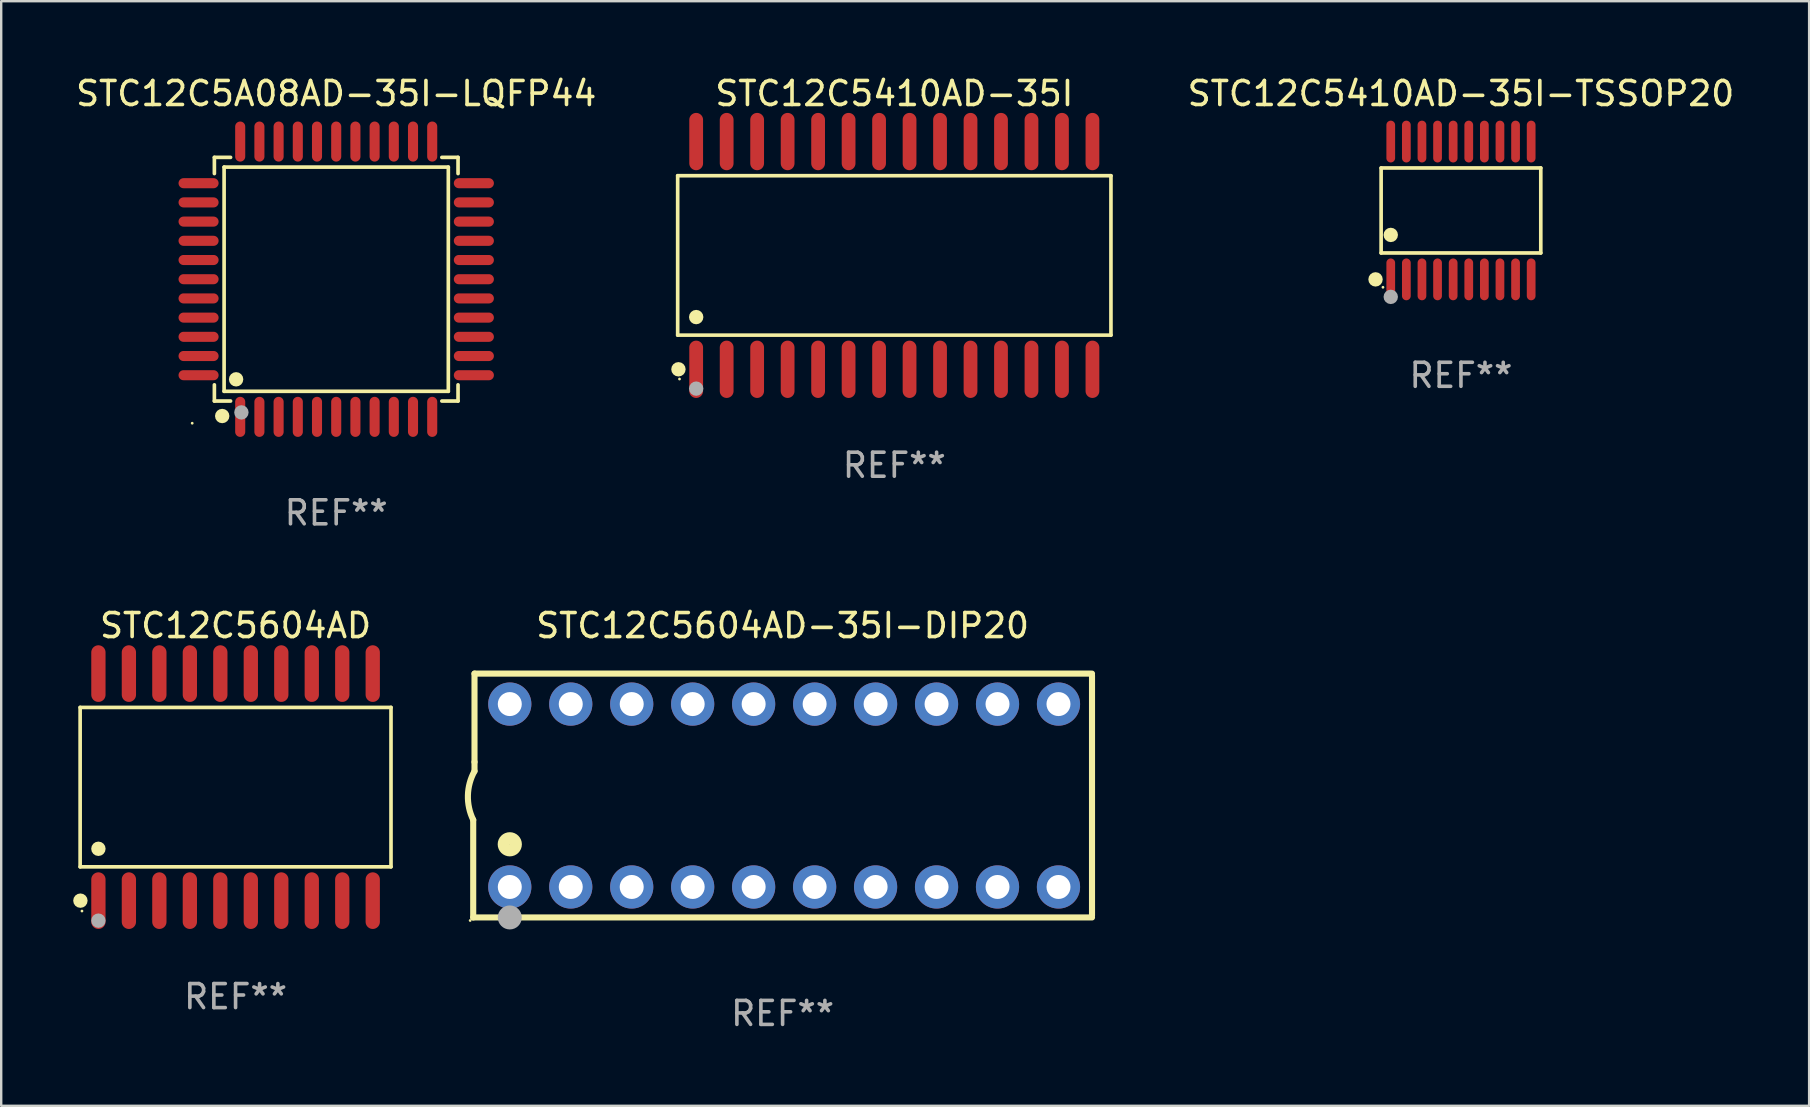
<source format=kicad_pcb>
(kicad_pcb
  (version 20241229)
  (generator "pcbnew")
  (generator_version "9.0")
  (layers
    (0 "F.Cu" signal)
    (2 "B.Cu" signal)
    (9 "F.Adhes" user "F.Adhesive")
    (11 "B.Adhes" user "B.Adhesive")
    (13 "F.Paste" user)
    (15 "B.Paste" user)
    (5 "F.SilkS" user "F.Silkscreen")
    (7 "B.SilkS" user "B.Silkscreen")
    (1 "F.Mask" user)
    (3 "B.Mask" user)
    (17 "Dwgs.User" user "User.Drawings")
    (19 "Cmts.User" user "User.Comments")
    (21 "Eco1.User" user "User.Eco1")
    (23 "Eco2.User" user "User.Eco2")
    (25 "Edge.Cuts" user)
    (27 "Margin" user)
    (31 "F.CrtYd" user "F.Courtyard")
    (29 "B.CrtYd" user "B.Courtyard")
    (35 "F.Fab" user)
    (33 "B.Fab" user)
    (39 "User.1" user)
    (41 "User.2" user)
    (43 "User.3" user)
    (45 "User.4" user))
  (footprint "STC12C5410AD-35I"
    (layer "F.Cu")
    (at 34.211 7.592)
    (property "Reference" "STC12C5410AD-35I" (at 0 -6.744 0) (layer "F.SilkS") (effects (font (size 1 1) (thickness 0.15))))
    (attr through_hole)
    (fp_line (start -9.026 -3.321) (end 9.026 -3.321) (stroke (width 0.152) (type solid)) (layer "F.SilkS"))
    (fp_line (start -9.026 3.321) (end -9.026 -3.321) (stroke (width 0.152) (type solid)) (layer "F.SilkS"))
    (fp_line (start 9.026 -3.321) (end 9.026 3.321) (stroke (width 0.152) (type solid)) (layer "F.SilkS"))
    (fp_line (start 9.026 3.321) (end -9.026 3.321) (stroke (width 0.152) (type solid)) (layer "F.SilkS"))
    (fp_circle (center -8.994 4.744) (end -8.844 4.744) (stroke (width 0.3) (type solid)) (fill no) (layer "F.SilkS"))
    (fp_circle (center -8.95 5.15) (end -8.92 5.15) (stroke (width 0.06) (type solid)) (fill no) (layer "F.SilkS"))
    (fp_circle (center -8.255 2.569) (end -8.105 2.569) (stroke (width 0.3) (type solid)) (fill no) (layer "F.SilkS"))
    (fp_circle (center -8.255 5.55) (end -8.105 5.55) (stroke (width 0.3) (type solid)) (fill no) (layer "F.Fab"))
    (fp_text user "REF**" (at 0 8.744 0) (layer "F.Fab") (effects (font (size 1 1) (thickness 0.15))))
    (pad "1" smd oval (at -8.255 4.744) (size 0.574 2.388) (layers "F.Cu" "F.Mask" "F.Paste"))
    (pad "2" smd oval (at -6.985 4.744) (size 0.574 2.388) (layers "F.Cu" "F.Mask" "F.Paste"))
    (pad "3" smd oval (at -5.715 4.744) (size 0.574 2.388) (layers "F.Cu" "F.Mask" "F.Paste"))
    (pad "4" smd oval (at -4.445 4.744) (size 0.574 2.388) (layers "F.Cu" "F.Mask" "F.Paste"))
    (pad "5" smd oval (at -3.175 4.744) (size 0.574 2.388) (layers "F.Cu" "F.Mask" "F.Paste"))
    (pad "6" smd oval (at -1.905 4.744) (size 0.574 2.388) (layers "F.Cu" "F.Mask" "F.Paste"))
    (pad "7" smd oval (at -0.635 4.744) (size 0.574 2.388) (layers "F.Cu" "F.Mask" "F.Paste"))
    (pad "8" smd oval (at 0.635 4.744) (size 0.574 2.388) (layers "F.Cu" "F.Mask" "F.Paste"))
    (pad "9" smd oval (at 1.905 4.744) (size 0.574 2.388) (layers "F.Cu" "F.Mask" "F.Paste"))
    (pad "10" smd oval (at 3.175 4.744) (size 0.574 2.388) (layers "F.Cu" "F.Mask" "F.Paste"))
    (pad "11" smd oval (at 4.445 4.744) (size 0.574 2.388) (layers "F.Cu" "F.Mask" "F.Paste"))
    (pad "12" smd oval (at 5.715 4.744) (size 0.574 2.388) (layers "F.Cu" "F.Mask" "F.Paste"))
    (pad "13" smd oval (at 6.985 4.744) (size 0.574 2.388) (layers "F.Cu" "F.Mask" "F.Paste"))
    (pad "14" smd oval (at 8.255 4.744) (size 0.574 2.388) (layers "F.Cu" "F.Mask" "F.Paste"))
    (pad "15" smd oval (at 8.255 -4.744) (size 0.574 2.388) (layers "F.Cu" "F.Mask" "F.Paste"))
    (pad "16" smd oval (at 6.985 -4.744) (size 0.574 2.388) (layers "F.Cu" "F.Mask" "F.Paste"))
    (pad "17" smd oval (at 5.715 -4.744) (size 0.574 2.388) (layers "F.Cu" "F.Mask" "F.Paste"))
    (pad "18" smd oval (at 4.445 -4.744) (size 0.574 2.388) (layers "F.Cu" "F.Mask" "F.Paste"))
    (pad "19" smd oval (at 3.175 -4.744) (size 0.574 2.388) (layers "F.Cu" "F.Mask" "F.Paste"))
    (pad "20" smd oval (at 1.905 -4.744) (size 0.574 2.388) (layers "F.Cu" "F.Mask" "F.Paste"))
    (pad "21" smd oval (at 0.635 -4.744) (size 0.574 2.388) (layers "F.Cu" "F.Mask" "F.Paste"))
    (pad "22" smd oval (at -0.635 -4.744) (size 0.574 2.388) (layers "F.Cu" "F.Mask" "F.Paste"))
    (pad "23" smd oval (at -1.905 -4.744) (size 0.574 2.388) (layers "F.Cu" "F.Mask" "F.Paste"))
    (pad "24" smd oval (at -3.175 -4.744) (size 0.574 2.388) (layers "F.Cu" "F.Mask" "F.Paste"))
    (pad "25" smd oval (at -4.445 -4.744) (size 0.574 2.388) (layers "F.Cu" "F.Mask" "F.Paste"))
    (pad "26" smd oval (at -5.715 -4.744) (size 0.574 2.388) (layers "F.Cu" "F.Mask" "F.Paste"))
    (pad "27" smd oval (at -6.985 -4.744) (size 0.574 2.388) (layers "F.Cu" "F.Mask" "F.Paste"))
    (pad "28" smd oval (at -8.255 -4.744) (size 0.574 2.388) (layers "F.Cu" "F.Mask" "F.Paste")))
  (footprint "STC12C5604AD-35I-DIP20"
    (layer "F.Cu")
    (at 29.557 30.095)
    (property "Reference" "STC12C5604AD-35I-DIP20" (at 0 -7.08 0) (layer "F.SilkS") (effects (font (size 1 1) (thickness 0.15))))
    (attr through_hole)
    (fp_line (start -12.891 5.08) (end -12.891 1.016) (stroke (width 0.254) (type solid)) (layer "F.SilkS"))
    (fp_line (start -12.891 5.08) (end 12.891 5.08) (stroke (width 0.254) (type solid)) (layer "F.SilkS"))
    (fp_line (start -12.837 -5.08) (end -12.837 -1.397) (stroke (width 0.254) (type solid)) (layer "F.SilkS"))
    (fp_line (start -12.837 -5.08) (end 12.891 -5.08) (stroke (width 0.254) (type solid)) (layer "F.SilkS"))
    (fp_line (start -12.837 -1.397) (end -12.837 -1.016) (stroke (width 0.254) (type solid)) (layer "F.SilkS"))
    (fp_line (start 12.891 -5) (end 12.891 5) (stroke (width 0.254) (type solid)) (layer "F.SilkS"))
    (fp_arc (start -12.890526 1.016002) (mid -13.111945 -0.006602) (end -12.836525 -1.016002) (stroke (width 0.254001) (type solid)) (layer "F.SilkS"))
    (fp_circle (center -13.018 5.207) (end -12.988 5.207) (stroke (width 0.06) (type solid)) (fill no) (layer "F.SilkS"))
    (fp_circle (center -11.367 2.032) (end -11.113 2.032) (stroke (width 0.5) (type solid)) (fill no) (layer "F.SilkS"))
    (fp_circle (center -11.367 5.08) (end -11.117 5.08) (stroke (width 0.5) (type solid)) (fill no) (layer "F.Fab"))
    (fp_text user "REF**" (at 0 9.08 0) (layer "F.Fab") (effects (font (size 1 1) (thickness 0.15))))
    (pad "1" thru_hole circle (at -11.367 3.81) (size 1.8 1.8) (drill 1) (layers "*.Cu" "*.Mask"))
    (pad "2" thru_hole circle (at -8.827 3.81) (size 1.8 1.8) (drill 1) (layers "*.Cu" "*.Mask"))
    (pad "3" thru_hole circle (at -6.287 3.81) (size 1.8 1.8) (drill 1) (layers "*.Cu" "*.Mask"))
    (pad "4" thru_hole circle (at -3.747 3.81) (size 1.8 1.8) (drill 1) (layers "*.Cu" "*.Mask"))
    (pad "5" thru_hole circle (at -1.207 3.81) (size 1.8 1.8) (drill 1) (layers "*.Cu" "*.Mask"))
    (pad "6" thru_hole circle (at 1.334 3.81) (size 1.8 1.8) (drill 1) (layers "*.Cu" "*.Mask"))
    (pad "7" thru_hole circle (at 3.874 3.81) (size 1.8 1.8) (drill 1) (layers "*.Cu" "*.Mask"))
    (pad "8" thru_hole circle (at 6.414 3.81) (size 1.8 1.8) (drill 1) (layers "*.Cu" "*.Mask"))
    (pad "9" thru_hole circle (at 8.954 3.81) (size 1.8 1.8) (drill 1) (layers "*.Cu" "*.Mask"))
    (pad "10" thru_hole circle (at 11.494 3.81) (size 1.8 1.8) (drill 1) (layers "*.Cu" "*.Mask"))
    (pad "11" thru_hole circle (at 11.494 -3.81) (size 1.8 1.8) (drill 1) (layers "*.Cu" "*.Mask"))
    (pad "12" thru_hole circle (at 8.954 -3.81) (size 1.8 1.8) (drill 1) (layers "*.Cu" "*.Mask"))
    (pad "13" thru_hole circle (at 6.414 -3.81) (size 1.8 1.8) (drill 1) (layers "*.Cu" "*.Mask"))
    (pad "14" thru_hole circle (at 3.874 -3.81) (size 1.8 1.8) (drill 1) (layers "*.Cu" "*.Mask"))
    (pad "15" thru_hole circle (at 1.334 -3.81) (size 1.8 1.8) (drill 1) (layers "*.Cu" "*.Mask"))
    (pad "16" thru_hole circle (at -1.207 -3.81) (size 1.8 1.8) (drill 1) (layers "*.Cu" "*.Mask"))
    (pad "17" thru_hole circle (at -3.747 -3.81) (size 1.8 1.8) (drill 1) (layers "*.Cu" "*.Mask"))
    (pad "18" thru_hole circle (at -6.287 -3.81) (size 1.8 1.8) (drill 1) (layers "*.Cu" "*.Mask"))
    (pad "19" thru_hole circle (at -8.827 -3.81) (size 1.8 1.8) (drill 1) (layers "*.Cu" "*.Mask"))
    (pad "20" thru_hole circle (at -11.367 -3.81) (size 1.8 1.8) (drill 1) (layers "*.Cu" "*.Mask")))
  (footprint "STC12C5410AD-35I-TSSOP20"
    (layer "F.Cu")
    (at 57.82 5.719)
    (property "Reference" "STC12C5410AD-35I-TSSOP20" (at 0 -4.871 0) (layer "F.SilkS") (effects (font (size 1 1) (thickness 0.15))))
    (attr through_hole)
    (fp_line (start -3.326 -1.771) (end 3.326 -1.771) (stroke (width 0.152) (type solid)) (layer "F.SilkS"))
    (fp_line (start -3.326 1.771) (end -3.326 -1.771) (stroke (width 0.152) (type solid)) (layer "F.SilkS"))
    (fp_line (start 3.326 -1.771) (end 3.326 1.771) (stroke (width 0.152) (type solid)) (layer "F.SilkS"))
    (fp_line (start 3.326 1.771) (end -3.326 1.771) (stroke (width 0.152) (type solid)) (layer "F.SilkS"))
    (fp_circle (center -3.559 2.871) (end -3.409 2.871) (stroke (width 0.3) (type solid)) (fill no) (layer "F.SilkS"))
    (fp_circle (center -3.25 3.2) (end -3.22 3.2) (stroke (width 0.06) (type solid)) (fill no) (layer "F.SilkS"))
    (fp_circle (center -2.925 1.019) (end -2.775 1.019) (stroke (width 0.3) (type solid)) (fill no) (layer "F.SilkS"))
    (fp_circle (center -2.925 3.6) (end -2.775 3.6) (stroke (width 0.3) (type solid)) (fill no) (layer "F.Fab"))
    (fp_text user "REF**" (at 0 6.871 0) (layer "F.Fab") (effects (font (size 1 1) (thickness 0.15))))
    (pad "1" smd oval (at -2.925 2.871) (size 0.364 1.742) (layers "F.Cu" "F.Mask" "F.Paste"))
    (pad "2" smd oval (at -2.275 2.871) (size 0.364 1.742) (layers "F.Cu" "F.Mask" "F.Paste"))
    (pad "3" smd oval (at -1.625 2.871) (size 0.364 1.742) (layers "F.Cu" "F.Mask" "F.Paste"))
    (pad "4" smd oval (at -0.975 2.871) (size 0.364 1.742) (layers "F.Cu" "F.Mask" "F.Paste"))
    (pad "5" smd oval (at -0.325 2.871) (size 0.364 1.742) (layers "F.Cu" "F.Mask" "F.Paste"))
    (pad "6" smd oval (at 0.325 2.871) (size 0.364 1.742) (layers "F.Cu" "F.Mask" "F.Paste"))
    (pad "7" smd oval (at 0.975 2.871) (size 0.364 1.742) (layers "F.Cu" "F.Mask" "F.Paste"))
    (pad "8" smd oval (at 1.625 2.871) (size 0.364 1.742) (layers "F.Cu" "F.Mask" "F.Paste"))
    (pad "9" smd oval (at 2.275 2.871) (size 0.364 1.742) (layers "F.Cu" "F.Mask" "F.Paste"))
    (pad "10" smd oval (at 2.925 2.871) (size 0.364 1.742) (layers "F.Cu" "F.Mask" "F.Paste"))
    (pad "11" smd oval (at 2.925 -2.871) (size 0.364 1.742) (layers "F.Cu" "F.Mask" "F.Paste"))
    (pad "12" smd oval (at 2.275 -2.871) (size 0.364 1.742) (layers "F.Cu" "F.Mask" "F.Paste"))
    (pad "13" smd oval (at 1.625 -2.871) (size 0.364 1.742) (layers "F.Cu" "F.Mask" "F.Paste"))
    (pad "14" smd oval (at 0.975 -2.871) (size 0.364 1.742) (layers "F.Cu" "F.Mask" "F.Paste"))
    (pad "15" smd oval (at 0.325 -2.871) (size 0.364 1.742) (layers "F.Cu" "F.Mask" "F.Paste"))
    (pad "16" smd oval (at -0.325 -2.871) (size 0.364 1.742) (layers "F.Cu" "F.Mask" "F.Paste"))
    (pad "17" smd oval (at -0.975 -2.871) (size 0.364 1.742) (layers "F.Cu" "F.Mask" "F.Paste"))
    (pad "18" smd oval (at -1.625 -2.871) (size 0.364 1.742) (layers "F.Cu" "F.Mask" "F.Paste"))
    (pad "19" smd oval (at -2.275 -2.871) (size 0.364 1.742) (layers "F.Cu" "F.Mask" "F.Paste"))
    (pad "20" smd oval (at -2.925 -2.871) (size 0.364 1.742) (layers "F.Cu" "F.Mask" "F.Paste")))
  (footprint "STC12C5A08AD-35I-LQFP44"
    (layer "F.Cu")
    (at 10.958 8.583)
    (property "Reference" "STC12C5A08AD-35I-LQFP44" (at 0 -7.735 0) (layer "F.SilkS") (effects (font (size 1 1) (thickness 0.15))))
    (attr through_hole)
    (fp_line (start -5.076 -5.076) (end -4.401 -5.076) (stroke (width 0.152) (type solid)) (layer "F.SilkS"))
    (fp_line (start -5.076 -4.401) (end -5.076 -5.076) (stroke (width 0.152) (type solid)) (layer "F.SilkS"))
    (fp_line (start -5.076 4.401) (end -5.076 5.076) (stroke (width 0.152) (type solid)) (layer "F.SilkS"))
    (fp_line (start -5.076 5.076) (end -4.401 5.076) (stroke (width 0.152) (type solid)) (layer "F.SilkS"))
    (fp_line (start -4.671 -4.671) (end 4.671 -4.671) (stroke (width 0.152) (type solid)) (layer "F.SilkS"))
    (fp_line (start -4.671 4.671) (end -4.671 -4.671) (stroke (width 0.152) (type solid)) (layer "F.SilkS"))
    (fp_line (start 4.671 -4.671) (end 4.671 4.671) (stroke (width 0.152) (type solid)) (layer "F.SilkS"))
    (fp_line (start 4.671 4.671) (end -4.671 4.671) (stroke (width 0.152) (type solid)) (layer "F.SilkS"))
    (fp_line (start 5.076 -5.076) (end 4.401 -5.076) (stroke (width 0.152) (type solid)) (layer "F.SilkS"))
    (fp_line (start 5.076 -4.401) (end 5.076 -5.076) (stroke (width 0.152) (type solid)) (layer "F.SilkS"))
    (fp_line (start 5.076 4.401) (end 5.076 5.076) (stroke (width 0.152) (type solid)) (layer "F.SilkS"))
    (fp_line (start 5.076 5.076) (end 4.401 5.076) (stroke (width 0.152) (type solid)) (layer "F.SilkS"))
    (fp_circle (center -6 6) (end -5.97 6) (stroke (width 0.06) (type solid)) (fill no) (layer "F.SilkS"))
    (fp_circle (center -4.75 5.7) (end -4.6 5.7) (stroke (width 0.3) (type solid)) (fill no) (layer "F.SilkS"))
    (fp_circle (center -4.171 4.171) (end -4.021 4.171) (stroke (width 0.3) (type solid)) (fill no) (layer "F.SilkS"))
    (fp_circle (center -3.95 5.55) (end -3.8 5.55) (stroke (width 0.3) (type solid)) (fill no) (layer "F.Fab"))
    (fp_text user "REF**" (at 0 9.735 0) (layer "F.Fab") (effects (font (size 1 1) (thickness 0.15))))
    (pad "1" smd oval (at -4 5.735) (size 0.42 1.67) (layers "F.Cu" "F.Mask" "F.Paste"))
    (pad "2" smd oval (at -3.2 5.735) (size 0.42 1.67) (layers "F.Cu" "F.Mask" "F.Paste"))
    (pad "3" smd oval (at -2.4 5.735) (size 0.42 1.67) (layers "F.Cu" "F.Mask" "F.Paste"))
    (pad "4" smd oval (at -1.6 5.735) (size 0.42 1.67) (layers "F.Cu" "F.Mask" "F.Paste"))
    (pad "5" smd oval (at -0.8 5.735) (size 0.42 1.67) (layers "F.Cu" "F.Mask" "F.Paste"))
    (pad "6" smd oval (at 0 5.735) (size 0.42 1.67) (layers "F.Cu" "F.Mask" "F.Paste"))
    (pad "7" smd oval (at 0.8 5.735) (size 0.42 1.67) (layers "F.Cu" "F.Mask" "F.Paste"))
    (pad "8" smd oval (at 1.6 5.735) (size 0.42 1.67) (layers "F.Cu" "F.Mask" "F.Paste"))
    (pad "9" smd oval (at 2.4 5.735) (size 0.42 1.67) (layers "F.Cu" "F.Mask" "F.Paste"))
    (pad "10" smd oval (at 3.2 5.735) (size 0.42 1.67) (layers "F.Cu" "F.Mask" "F.Paste"))
    (pad "11" smd oval (at 4 5.735) (size 0.42 1.67) (layers "F.Cu" "F.Mask" "F.Paste"))
    (pad "12" smd oval (at 5.735 4) (size 1.67 0.42) (layers "F.Cu" "F.Mask" "F.Paste"))
    (pad "13" smd oval (at 5.735 3.2) (size 1.67 0.42) (layers "F.Cu" "F.Mask" "F.Paste"))
    (pad "14" smd oval (at 5.735 2.4) (size 1.67 0.42) (layers "F.Cu" "F.Mask" "F.Paste"))
    (pad "15" smd oval (at 5.735 1.6) (size 1.67 0.42) (layers "F.Cu" "F.Mask" "F.Paste"))
    (pad "16" smd oval (at 5.735 0.8) (size 1.67 0.42) (layers "F.Cu" "F.Mask" "F.Paste"))
    (pad "17" smd oval (at 5.735 0) (size 1.67 0.42) (layers "F.Cu" "F.Mask" "F.Paste"))
    (pad "18" smd oval (at 5.735 -0.8) (size 1.67 0.42) (layers "F.Cu" "F.Mask" "F.Paste"))
    (pad "19" smd oval (at 5.735 -1.6) (size 1.67 0.42) (layers "F.Cu" "F.Mask" "F.Paste"))
    (pad "20" smd oval (at 5.735 -2.4) (size 1.67 0.42) (layers "F.Cu" "F.Mask" "F.Paste"))
    (pad "21" smd oval (at 5.735 -3.2) (size 1.67 0.42) (layers "F.Cu" "F.Mask" "F.Paste"))
    (pad "22" smd oval (at 5.735 -4) (size 1.67 0.42) (layers "F.Cu" "F.Mask" "F.Paste"))
    (pad "23" smd oval (at 4 -5.735) (size 0.42 1.67) (layers "F.Cu" "F.Mask" "F.Paste"))
    (pad "24" smd oval (at 3.2 -5.735) (size 0.42 1.67) (layers "F.Cu" "F.Mask" "F.Paste"))
    (pad "25" smd oval (at 2.4 -5.735) (size 0.42 1.67) (layers "F.Cu" "F.Mask" "F.Paste"))
    (pad "26" smd oval (at 1.6 -5.735) (size 0.42 1.67) (layers "F.Cu" "F.Mask" "F.Paste"))
    (pad "27" smd oval (at 0.8 -5.735) (size 0.42 1.67) (layers "F.Cu" "F.Mask" "F.Paste"))
    (pad "28" smd oval (at 0 -5.735) (size 0.42 1.67) (layers "F.Cu" "F.Mask" "F.Paste"))
    (pad "29" smd oval (at -0.8 -5.735) (size 0.42 1.67) (layers "F.Cu" "F.Mask" "F.Paste"))
    (pad "30" smd oval (at -1.6 -5.735) (size 0.42 1.67) (layers "F.Cu" "F.Mask" "F.Paste"))
    (pad "31" smd oval (at -2.4 -5.735) (size 0.42 1.67) (layers "F.Cu" "F.Mask" "F.Paste"))
    (pad "32" smd oval (at -3.2 -5.735) (size 0.42 1.67) (layers "F.Cu" "F.Mask" "F.Paste"))
    (pad "33" smd oval (at -4 -5.735) (size 0.42 1.67) (layers "F.Cu" "F.Mask" "F.Paste"))
    (pad "34" smd oval (at -5.735 -4) (size 1.67 0.42) (layers "F.Cu" "F.Mask" "F.Paste"))
    (pad "35" smd oval (at -5.735 -3.2) (size 1.67 0.42) (layers "F.Cu" "F.Mask" "F.Paste"))
    (pad "36" smd oval (at -5.735 -2.4) (size 1.67 0.42) (layers "F.Cu" "F.Mask" "F.Paste"))
    (pad "37" smd oval (at -5.735 -1.6) (size 1.67 0.42) (layers "F.Cu" "F.Mask" "F.Paste"))
    (pad "38" smd oval (at -5.735 -0.8) (size 1.67 0.42) (layers "F.Cu" "F.Mask" "F.Paste"))
    (pad "39" smd oval (at -5.735 0) (size 1.67 0.42) (layers "F.Cu" "F.Mask" "F.Paste"))
    (pad "40" smd oval (at -5.735 0.8) (size 1.67 0.42) (layers "F.Cu" "F.Mask" "F.Paste"))
    (pad "41" smd oval (at -5.735 1.6) (size 1.67 0.42) (layers "F.Cu" "F.Mask" "F.Paste"))
    (pad "42" smd oval (at -5.735 2.4) (size 1.67 0.42) (layers "F.Cu" "F.Mask" "F.Paste"))
    (pad "43" smd oval (at -5.735 3.2) (size 1.67 0.42) (layers "F.Cu" "F.Mask" "F.Paste"))
    (pad "44" smd oval (at -5.735 4) (size 1.67 0.42) (layers "F.Cu" "F.Mask" "F.Paste")))
  (footprint "STC12C5604AD"
    (layer "F.Cu")
    (at 6.765 29.745)
    (property "Reference" "STC12C5604AD" (at 0 -6.73 0) (layer "F.SilkS") (effects (font (size 1 1) (thickness 0.15))))
    (attr through_hole)
    (fp_line (start -6.476 -3.321) (end 6.476 -3.321) (stroke (width 0.152) (type solid)) (layer "F.SilkS"))
    (fp_line (start -6.476 3.321) (end -6.476 -3.321) (stroke (width 0.152) (type solid)) (layer "F.SilkS"))
    (fp_line (start 6.476 -3.321) (end 6.476 3.321) (stroke (width 0.152) (type solid)) (layer "F.SilkS"))
    (fp_line (start 6.476 3.321) (end -6.476 3.321) (stroke (width 0.152) (type solid)) (layer "F.SilkS"))
    (fp_circle (center -6.465 4.73) (end -6.315 4.73) (stroke (width 0.3) (type solid)) (fill no) (layer "F.SilkS"))
    (fp_circle (center -6.4 5.163) (end -6.37 5.163) (stroke (width 0.06) (type solid)) (fill no) (layer "F.SilkS"))
    (fp_circle (center -5.715 2.569) (end -5.565 2.569) (stroke (width 0.3) (type solid)) (fill no) (layer "F.SilkS"))
    (fp_circle (center -5.715 5.563) (end -5.565 5.563) (stroke (width 0.3) (type solid)) (fill no) (layer "F.Fab"))
    (fp_text user "REF**" (at 0 8.73 0) (layer "F.Fab") (effects (font (size 1 1) (thickness 0.15))))
    (pad "1" smd oval (at -5.715 4.73) (size 0.595 2.36) (layers "F.Cu" "F.Mask" "F.Paste"))
    (pad "2" smd oval (at -4.445 4.73) (size 0.595 2.36) (layers "F.Cu" "F.Mask" "F.Paste"))
    (pad "3" smd oval (at -3.175 4.73) (size 0.595 2.36) (layers "F.Cu" "F.Mask" "F.Paste"))
    (pad "4" smd oval (at -1.905 4.73) (size 0.595 2.36) (layers "F.Cu" "F.Mask" "F.Paste"))
    (pad "5" smd oval (at -0.635 4.73) (size 0.595 2.36) (layers "F.Cu" "F.Mask" "F.Paste"))
    (pad "6" smd oval (at 0.635 4.73) (size 0.595 2.36) (layers "F.Cu" "F.Mask" "F.Paste"))
    (pad "7" smd oval (at 1.905 4.73) (size 0.595 2.36) (layers "F.Cu" "F.Mask" "F.Paste"))
    (pad "8" smd oval (at 3.175 4.73) (size 0.595 2.36) (layers "F.Cu" "F.Mask" "F.Paste"))
    (pad "9" smd oval (at 4.445 4.73) (size 0.595 2.36) (layers "F.Cu" "F.Mask" "F.Paste"))
    (pad "10" smd oval (at 5.715 4.73) (size 0.595 2.36) (layers "F.Cu" "F.Mask" "F.Paste"))
    (pad "11" smd oval (at 5.715 -4.73) (size 0.595 2.36) (layers "F.Cu" "F.Mask" "F.Paste"))
    (pad "12" smd oval (at 4.445 -4.73) (size 0.595 2.36) (layers "F.Cu" "F.Mask" "F.Paste"))
    (pad "13" smd oval (at 3.175 -4.73) (size 0.595 2.36) (layers "F.Cu" "F.Mask" "F.Paste"))
    (pad "14" smd oval (at 1.905 -4.73) (size 0.595 2.36) (layers "F.Cu" "F.Mask" "F.Paste"))
    (pad "15" smd oval (at 0.635 -4.73) (size 0.595 2.36) (layers "F.Cu" "F.Mask" "F.Paste"))
    (pad "16" smd oval (at -0.635 -4.73) (size 0.595 2.36) (layers "F.Cu" "F.Mask" "F.Paste"))
    (pad "17" smd oval (at -1.905 -4.73) (size 0.595 2.36) (layers "F.Cu" "F.Mask" "F.Paste"))
    (pad "18" smd oval (at -3.175 -4.73) (size 0.595 2.36) (layers "F.Cu" "F.Mask" "F.Paste"))
    (pad "19" smd oval (at -4.445 -4.73) (size 0.595 2.36) (layers "F.Cu" "F.Mask" "F.Paste"))
    (pad "20" smd oval (at -5.715 -4.73) (size 0.595 2.36) (layers "F.Cu" "F.Mask" "F.Paste")))
  (gr_rect
    (start -3 -3)
    (end 72.326 43.023)
    (stroke (width 0.1) (type default))
    (fill no)
    (layer "Edge.Cuts")))
</source>
